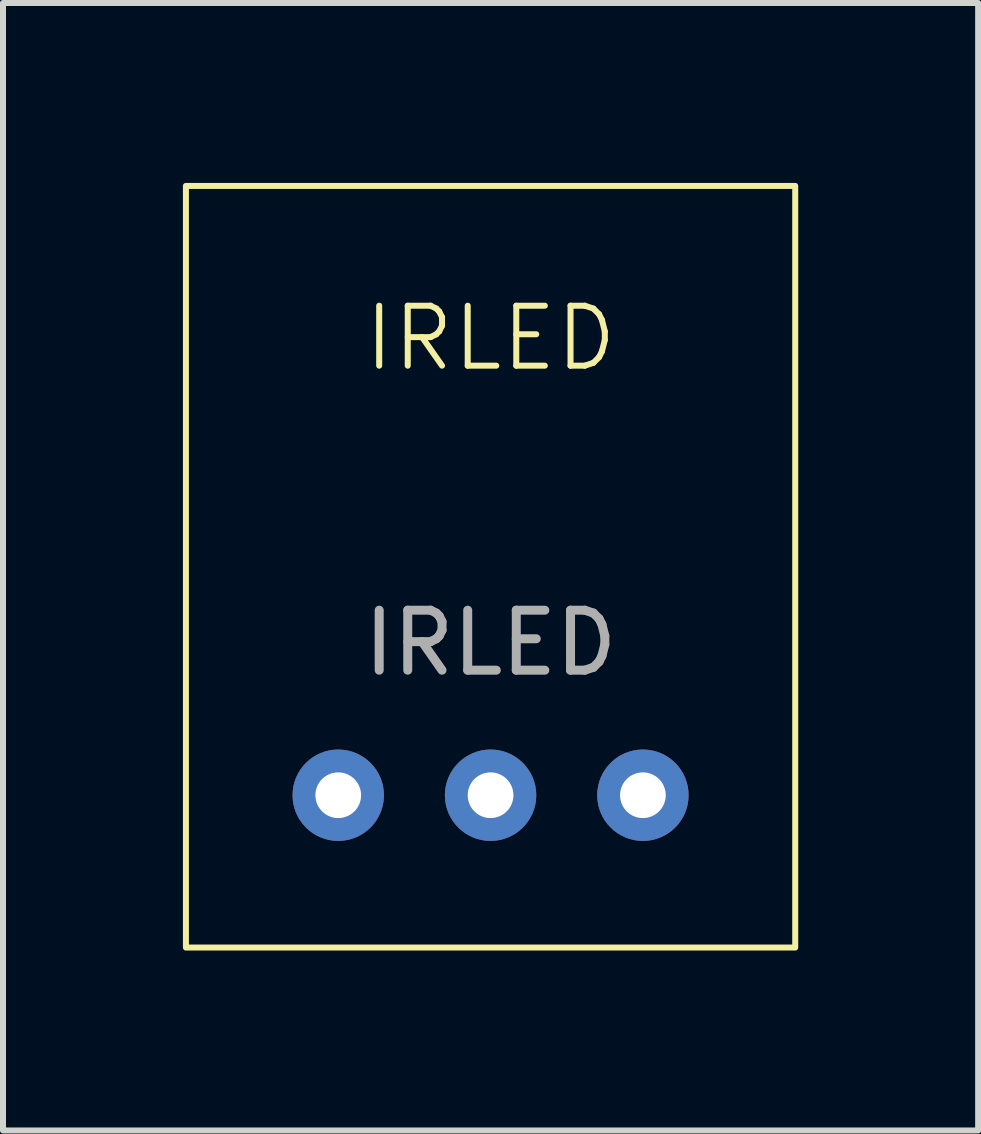
<source format=kicad_pcb>
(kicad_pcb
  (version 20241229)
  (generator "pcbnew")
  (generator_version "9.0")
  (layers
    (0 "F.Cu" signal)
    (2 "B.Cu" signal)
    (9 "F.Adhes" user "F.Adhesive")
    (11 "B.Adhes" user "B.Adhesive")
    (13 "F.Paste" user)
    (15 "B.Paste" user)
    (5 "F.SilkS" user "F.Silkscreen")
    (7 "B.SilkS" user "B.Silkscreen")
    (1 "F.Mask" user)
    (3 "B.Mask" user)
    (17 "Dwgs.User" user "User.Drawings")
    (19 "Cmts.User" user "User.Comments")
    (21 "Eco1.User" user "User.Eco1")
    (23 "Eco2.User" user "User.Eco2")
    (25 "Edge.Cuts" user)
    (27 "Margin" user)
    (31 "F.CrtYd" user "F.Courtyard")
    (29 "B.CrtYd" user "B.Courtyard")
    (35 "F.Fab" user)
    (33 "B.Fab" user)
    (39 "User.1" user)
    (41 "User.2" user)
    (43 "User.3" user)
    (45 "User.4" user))
  (footprint "IRLED"
    (layer "F.Cu")
    (at 5.13 10.21)
    (property "Reference" "IRLED" (at 0 -7.62 0) (unlocked yes) (layer "F.SilkS") (effects (font (size 1 1) (thickness 0.1))))
    (attr through_hole)
    (fp_rect (start -5.08 -10.16) (end 5.08 2.54) (stroke (width 0.1) (type default)) (fill no) (layer "F.SilkS"))
    (fp_text user "${REFERENCE}" (at 0 -2.54 0) (unlocked yes) (layer "F.Fab") (effects (font (size 1 1) (thickness 0.15))))
    (pad "DAT" thru_hole circle (at -2.54 0) (size 1.524 1.524) (drill 0.762) (layers "*.Cu" "*.Mask"))
    (pad "GND" thru_hole circle (at 2.54 0) (size 1.524 1.524) (drill 0.762) (layers "*.Cu" "*.Mask"))
    (pad "VCC" thru_hole circle (at 0 0) (size 1.524 1.524) (drill 0.762) (layers "*.Cu" "*.Mask")))
  (gr_rect
    (start -3 -3)
    (end 13.26 15.8)
    (stroke (width 0.1) (type default))
    (fill no)
    (layer "Edge.Cuts")))
</source>
